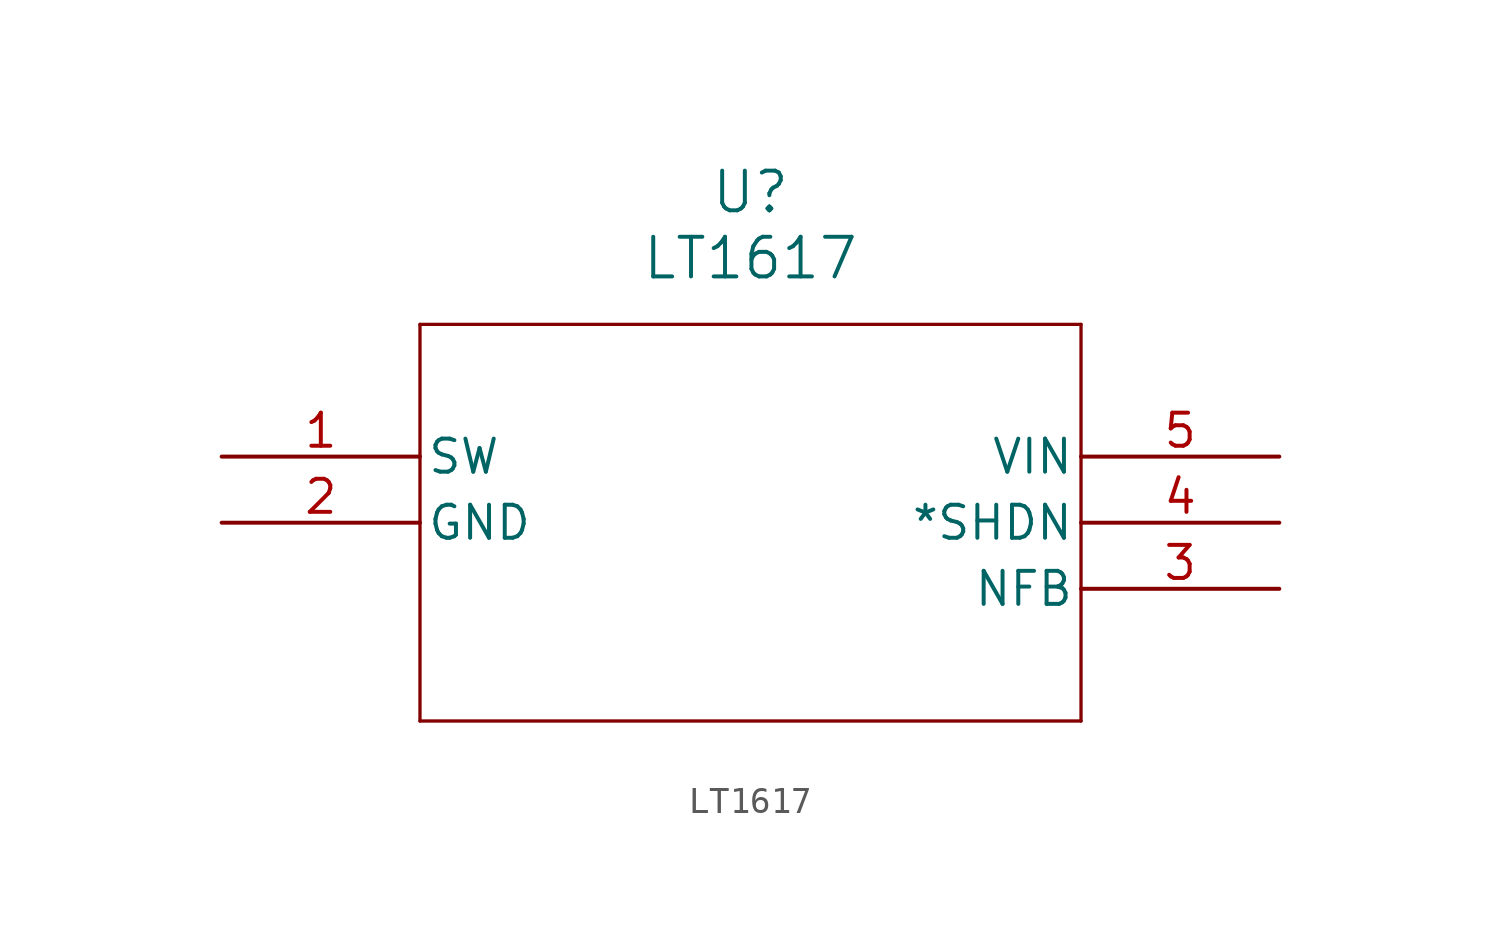
<source format=kicad_sym>
(kicad_symbol_lib
  (version 20231120)
  (generator "kicad_symbol_editor")
  (generator_version "8.0")
  (symbol "LT1617"
    (pin_names
      (offset 0.254))
    (property "Reference" "U"
      (at 20.32 10.16 0)
      (effects (font (size 1.524 1.524))))
    (property "Value" "LT1617"
      (at 20.32 7.62 0)
      (effects (font (size 1.524 1.524))))
    (symbol "LT1617_0_1"
      (polyline (pts (xy 7.62 -10.16) (xy 33.02 -10.16)) (stroke (width 0.127) (type default)) (fill (type none)))
      (polyline (pts (xy 7.62 5.08) (xy 7.62 -10.16)) (stroke (width 0.127) (type default)) (fill (type none)))
      (polyline (pts (xy 33.02 -10.16) (xy 33.02 5.08)) (stroke (width 0.127) (type default)) (fill (type none)))
      (polyline (pts (xy 33.02 5.08) (xy 7.62 5.08)) (stroke (width 0.127) (type default)) (fill (type none)))
      (pin unspecified line (at 0 0 0) (length 7.62) (name "SW" (effects (font (size 1.27 1.27)))) (number "1" (effects (font (size 1.27 1.27)))))
      (pin power_in line (at 0 -2.54 0) (length 7.62) (name "GND" (effects (font (size 1.27 1.27)))) (number "2" (effects (font (size 1.27 1.27)))))
      (pin unspecified line (at 40.64 -5.08 180) (length 7.62) (name "NFB" (effects (font (size 1.27 1.27)))) (number "3" (effects (font (size 1.27 1.27)))))
      (pin unspecified line (at 40.64 -2.54 180) (length 7.62) (name "*SHDN" (effects (font (size 1.27 1.27)))) (number "4" (effects (font (size 1.27 1.27)))))
      (pin input line (at 40.64 0 180) (length 7.62) (name "VIN" (effects (font (size 1.27 1.27)))) (number "5" (effects (font (size 1.27 1.27))))))))
</source>
